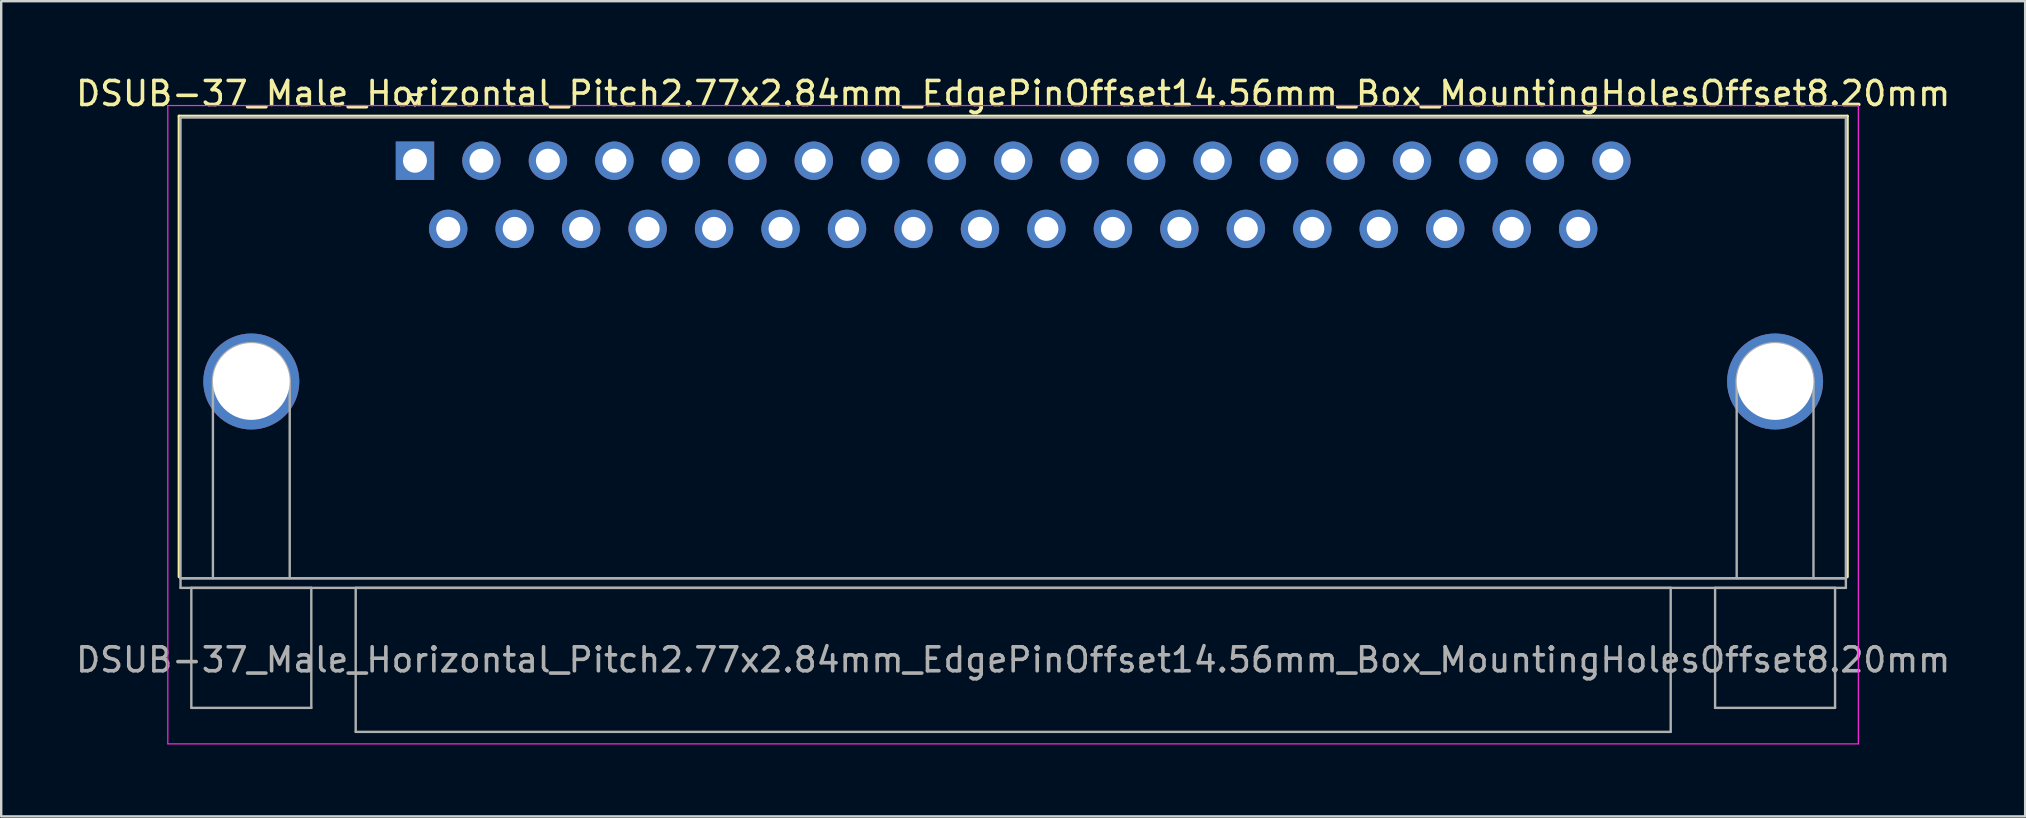
<source format=kicad_pcb>
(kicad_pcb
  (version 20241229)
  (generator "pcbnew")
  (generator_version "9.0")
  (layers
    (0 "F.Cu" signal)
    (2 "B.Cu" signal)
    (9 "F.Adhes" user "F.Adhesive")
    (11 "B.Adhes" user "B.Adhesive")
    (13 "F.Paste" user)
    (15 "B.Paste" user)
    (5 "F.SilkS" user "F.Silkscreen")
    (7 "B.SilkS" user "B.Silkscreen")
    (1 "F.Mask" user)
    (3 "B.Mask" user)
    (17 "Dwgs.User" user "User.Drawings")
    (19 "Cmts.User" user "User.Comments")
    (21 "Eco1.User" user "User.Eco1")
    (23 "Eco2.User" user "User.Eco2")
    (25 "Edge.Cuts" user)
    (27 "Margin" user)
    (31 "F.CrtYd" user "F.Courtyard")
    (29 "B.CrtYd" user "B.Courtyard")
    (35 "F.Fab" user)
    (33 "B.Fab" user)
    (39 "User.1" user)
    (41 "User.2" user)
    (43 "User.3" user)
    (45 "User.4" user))
  (footprint "DSUB-37_Male_Horizontal_Pitch2.77x2.84mm_EdgePinOffset14.56mm_Box_MountingHolesOffset8.20mm"
    (layer "F.Cu")
    (at 14.243 3.648)
    (property "Reference" "DSUB-37_Male_Horizontal_Pitch2.77x2.84mm_EdgePinOffset14.56mm_Box_MountingHolesOffset8.20mm" (at 24.93 -2.8 0) (layer "F.SilkS") (effects (font (size 1 1) (thickness 0.15))))
    (attr through_hole)
    (fp_line (start -9.83 -1.86) (end 59.69 -1.86) (stroke (width 0.12) (type solid)) (layer "F.SilkS"))
    (fp_line (start -9.83 17.34) (end -9.83 -1.86) (stroke (width 0.12) (type solid)) (layer "F.SilkS"))
    (fp_line (start -0.25 -2.754) (end 0.25 -2.754) (stroke (width 0.12) (type solid)) (layer "F.SilkS"))
    (fp_line (start 0 -2.321) (end -0.25 -2.754) (stroke (width 0.12) (type solid)) (layer "F.SilkS"))
    (fp_line (start 0.25 -2.754) (end 0 -2.321) (stroke (width 0.12) (type solid)) (layer "F.SilkS"))
    (fp_line (start 59.69 -1.86) (end 59.69 17.34) (stroke (width 0.12) (type solid)) (layer "F.SilkS"))
    (fp_line (start -10.3 -2.3) (end -10.3 24.3) (stroke (width 0.05) (type solid)) (layer "F.CrtYd"))
    (fp_line (start -10.3 24.3) (end 60.15 24.3) (stroke (width 0.05) (type solid)) (layer "F.CrtYd"))
    (fp_line (start 60.15 -2.3) (end -10.3 -2.3) (stroke (width 0.05) (type solid)) (layer "F.CrtYd"))
    (fp_line (start 60.15 24.3) (end 60.15 -2.3) (stroke (width 0.05) (type solid)) (layer "F.CrtYd"))
    (fp_line (start -9.77 -1.8) (end -9.77 17.4) (stroke (width 0.1) (type solid)) (layer "F.Fab"))
    (fp_line (start -9.77 17.4) (end -9.77 17.8) (stroke (width 0.1) (type solid)) (layer "F.Fab"))
    (fp_line (start -9.77 17.4) (end 59.63 17.4) (stroke (width 0.1) (type solid)) (layer "F.Fab"))
    (fp_line (start -9.77 17.8) (end 59.63 17.8) (stroke (width 0.1) (type solid)) (layer "F.Fab"))
    (fp_line (start -9.32 17.8) (end -9.32 22.8) (stroke (width 0.1) (type solid)) (layer "F.Fab"))
    (fp_line (start -9.32 22.8) (end -4.32 22.8) (stroke (width 0.1) (type solid)) (layer "F.Fab"))
    (fp_line (start -8.42 17.4) (end -8.42 9.2) (stroke (width 0.1) (type solid)) (layer "F.Fab"))
    (fp_line (start -5.22 17.4) (end -5.22 9.2) (stroke (width 0.1) (type solid)) (layer "F.Fab"))
    (fp_line (start -4.32 17.8) (end -9.32 17.8) (stroke (width 0.1) (type solid)) (layer "F.Fab"))
    (fp_line (start -4.32 22.8) (end -4.32 17.8) (stroke (width 0.1) (type solid)) (layer "F.Fab"))
    (fp_line (start -2.47 17.8) (end -2.47 23.8) (stroke (width 0.1) (type solid)) (layer "F.Fab"))
    (fp_line (start -2.47 23.8) (end 52.33 23.8) (stroke (width 0.1) (type solid)) (layer "F.Fab"))
    (fp_line (start 52.33 17.8) (end -2.47 17.8) (stroke (width 0.1) (type solid)) (layer "F.Fab"))
    (fp_line (start 52.33 23.8) (end 52.33 17.8) (stroke (width 0.1) (type solid)) (layer "F.Fab"))
    (fp_line (start 54.18 17.8) (end 54.18 22.8) (stroke (width 0.1) (type solid)) (layer "F.Fab"))
    (fp_line (start 54.18 22.8) (end 59.18 22.8) (stroke (width 0.1) (type solid)) (layer "F.Fab"))
    (fp_line (start 55.08 17.4) (end 55.08 9.2) (stroke (width 0.1) (type solid)) (layer "F.Fab"))
    (fp_line (start 58.28 17.4) (end 58.28 9.2) (stroke (width 0.1) (type solid)) (layer "F.Fab"))
    (fp_line (start 59.18 17.8) (end 54.18 17.8) (stroke (width 0.1) (type solid)) (layer "F.Fab"))
    (fp_line (start 59.18 22.8) (end 59.18 17.8) (stroke (width 0.1) (type solid)) (layer "F.Fab"))
    (fp_line (start 59.63 -1.8) (end -9.77 -1.8) (stroke (width 0.1) (type solid)) (layer "F.Fab"))
    (fp_line (start 59.63 17.4) (end -9.77 17.4) (stroke (width 0.1) (type solid)) (layer "F.Fab"))
    (fp_line (start 59.63 17.4) (end 59.63 -1.8) (stroke (width 0.1) (type solid)) (layer "F.Fab"))
    (fp_line (start 59.63 17.8) (end 59.63 17.4) (stroke (width 0.1) (type solid)) (layer "F.Fab"))
    (fp_arc (start -8.42 9.2) (mid -6.82 7.6) (end -5.22 9.2) (stroke (width 0.1) (type solid)) (layer "F.Fab"))
    (fp_arc (start 55.08 9.2) (mid 56.68 7.6) (end 58.28 9.2) (stroke (width 0.1) (type solid)) (layer "F.Fab"))
    (fp_text user "${REFERENCE}" (at 24.93 20.8 0) (layer "F.Fab") (effects (font (size 1 1) (thickness 0.15))))
    (pad "0" thru_hole circle (at -6.82 9.2) (size 4 4) (drill 3.2) (layers "*.Cu" "*.Mask"))
    (pad "0" thru_hole circle (at 56.68 9.2) (size 4 4) (drill 3.2) (layers "*.Cu" "*.Mask"))
    (pad "1" thru_hole rect (at 0 0) (size 1.6 1.6) (drill 1) (layers "*.Cu" "*.Mask"))
    (pad "2" thru_hole circle (at 2.77 0) (size 1.6 1.6) (drill 1) (layers "*.Cu" "*.Mask"))
    (pad "3" thru_hole circle (at 5.54 0) (size 1.6 1.6) (drill 1) (layers "*.Cu" "*.Mask"))
    (pad "4" thru_hole circle (at 8.31 0) (size 1.6 1.6) (drill 1) (layers "*.Cu" "*.Mask"))
    (pad "5" thru_hole circle (at 11.08 0) (size 1.6 1.6) (drill 1) (layers "*.Cu" "*.Mask"))
    (pad "6" thru_hole circle (at 13.85 0) (size 1.6 1.6) (drill 1) (layers "*.Cu" "*.Mask"))
    (pad "7" thru_hole circle (at 16.62 0) (size 1.6 1.6) (drill 1) (layers "*.Cu" "*.Mask"))
    (pad "8" thru_hole circle (at 19.39 0) (size 1.6 1.6) (drill 1) (layers "*.Cu" "*.Mask"))
    (pad "9" thru_hole circle (at 22.16 0) (size 1.6 1.6) (drill 1) (layers "*.Cu" "*.Mask"))
    (pad "10" thru_hole circle (at 24.93 0) (size 1.6 1.6) (drill 1) (layers "*.Cu" "*.Mask"))
    (pad "11" thru_hole circle (at 27.7 0) (size 1.6 1.6) (drill 1) (layers "*.Cu" "*.Mask"))
    (pad "12" thru_hole circle (at 30.47 0) (size 1.6 1.6) (drill 1) (layers "*.Cu" "*.Mask"))
    (pad "13" thru_hole circle (at 33.24 0) (size 1.6 1.6) (drill 1) (layers "*.Cu" "*.Mask"))
    (pad "14" thru_hole circle (at 36.01 0) (size 1.6 1.6) (drill 1) (layers "*.Cu" "*.Mask"))
    (pad "15" thru_hole circle (at 38.78 0) (size 1.6 1.6) (drill 1) (layers "*.Cu" "*.Mask"))
    (pad "16" thru_hole circle (at 41.55 0) (size 1.6 1.6) (drill 1) (layers "*.Cu" "*.Mask"))
    (pad "17" thru_hole circle (at 44.32 0) (size 1.6 1.6) (drill 1) (layers "*.Cu" "*.Mask"))
    (pad "18" thru_hole circle (at 47.09 0) (size 1.6 1.6) (drill 1) (layers "*.Cu" "*.Mask"))
    (pad "19" thru_hole circle (at 49.86 0) (size 1.6 1.6) (drill 1) (layers "*.Cu" "*.Mask"))
    (pad "20" thru_hole circle (at 1.385 2.84) (size 1.6 1.6) (drill 1) (layers "*.Cu" "*.Mask"))
    (pad "21" thru_hole circle (at 4.155 2.84) (size 1.6 1.6) (drill 1) (layers "*.Cu" "*.Mask"))
    (pad "22" thru_hole circle (at 6.925 2.84) (size 1.6 1.6) (drill 1) (layers "*.Cu" "*.Mask"))
    (pad "23" thru_hole circle (at 9.695 2.84) (size 1.6 1.6) (drill 1) (layers "*.Cu" "*.Mask"))
    (pad "24" thru_hole circle (at 12.465 2.84) (size 1.6 1.6) (drill 1) (layers "*.Cu" "*.Mask"))
    (pad "25" thru_hole circle (at 15.235 2.84) (size 1.6 1.6) (drill 1) (layers "*.Cu" "*.Mask"))
    (pad "26" thru_hole circle (at 18.005 2.84) (size 1.6 1.6) (drill 1) (layers "*.Cu" "*.Mask"))
    (pad "27" thru_hole circle (at 20.775 2.84) (size 1.6 1.6) (drill 1) (layers "*.Cu" "*.Mask"))
    (pad "28" thru_hole circle (at 23.545 2.84) (size 1.6 1.6) (drill 1) (layers "*.Cu" "*.Mask"))
    (pad "29" thru_hole circle (at 26.315 2.84) (size 1.6 1.6) (drill 1) (layers "*.Cu" "*.Mask"))
    (pad "30" thru_hole circle (at 29.085 2.84) (size 1.6 1.6) (drill 1) (layers "*.Cu" "*.Mask"))
    (pad "31" thru_hole circle (at 31.855 2.84) (size 1.6 1.6) (drill 1) (layers "*.Cu" "*.Mask"))
    (pad "32" thru_hole circle (at 34.625 2.84) (size 1.6 1.6) (drill 1) (layers "*.Cu" "*.Mask"))
    (pad "33" thru_hole circle (at 37.395 2.84) (size 1.6 1.6) (drill 1) (layers "*.Cu" "*.Mask"))
    (pad "34" thru_hole circle (at 40.165 2.84) (size 1.6 1.6) (drill 1) (layers "*.Cu" "*.Mask"))
    (pad "35" thru_hole circle (at 42.935 2.84) (size 1.6 1.6) (drill 1) (layers "*.Cu" "*.Mask"))
    (pad "36" thru_hole circle (at 45.705 2.84) (size 1.6 1.6) (drill 1) (layers "*.Cu" "*.Mask"))
    (pad "37" thru_hole circle (at 48.475 2.84) (size 1.6 1.6) (drill 1) (layers "*.Cu" "*.Mask")))
  (gr_rect
    (start -3 -3)
    (end 81.345 30.973)
    (stroke (width 0.1) (type default))
    (fill no)
    (layer "Edge.Cuts")))
</source>
